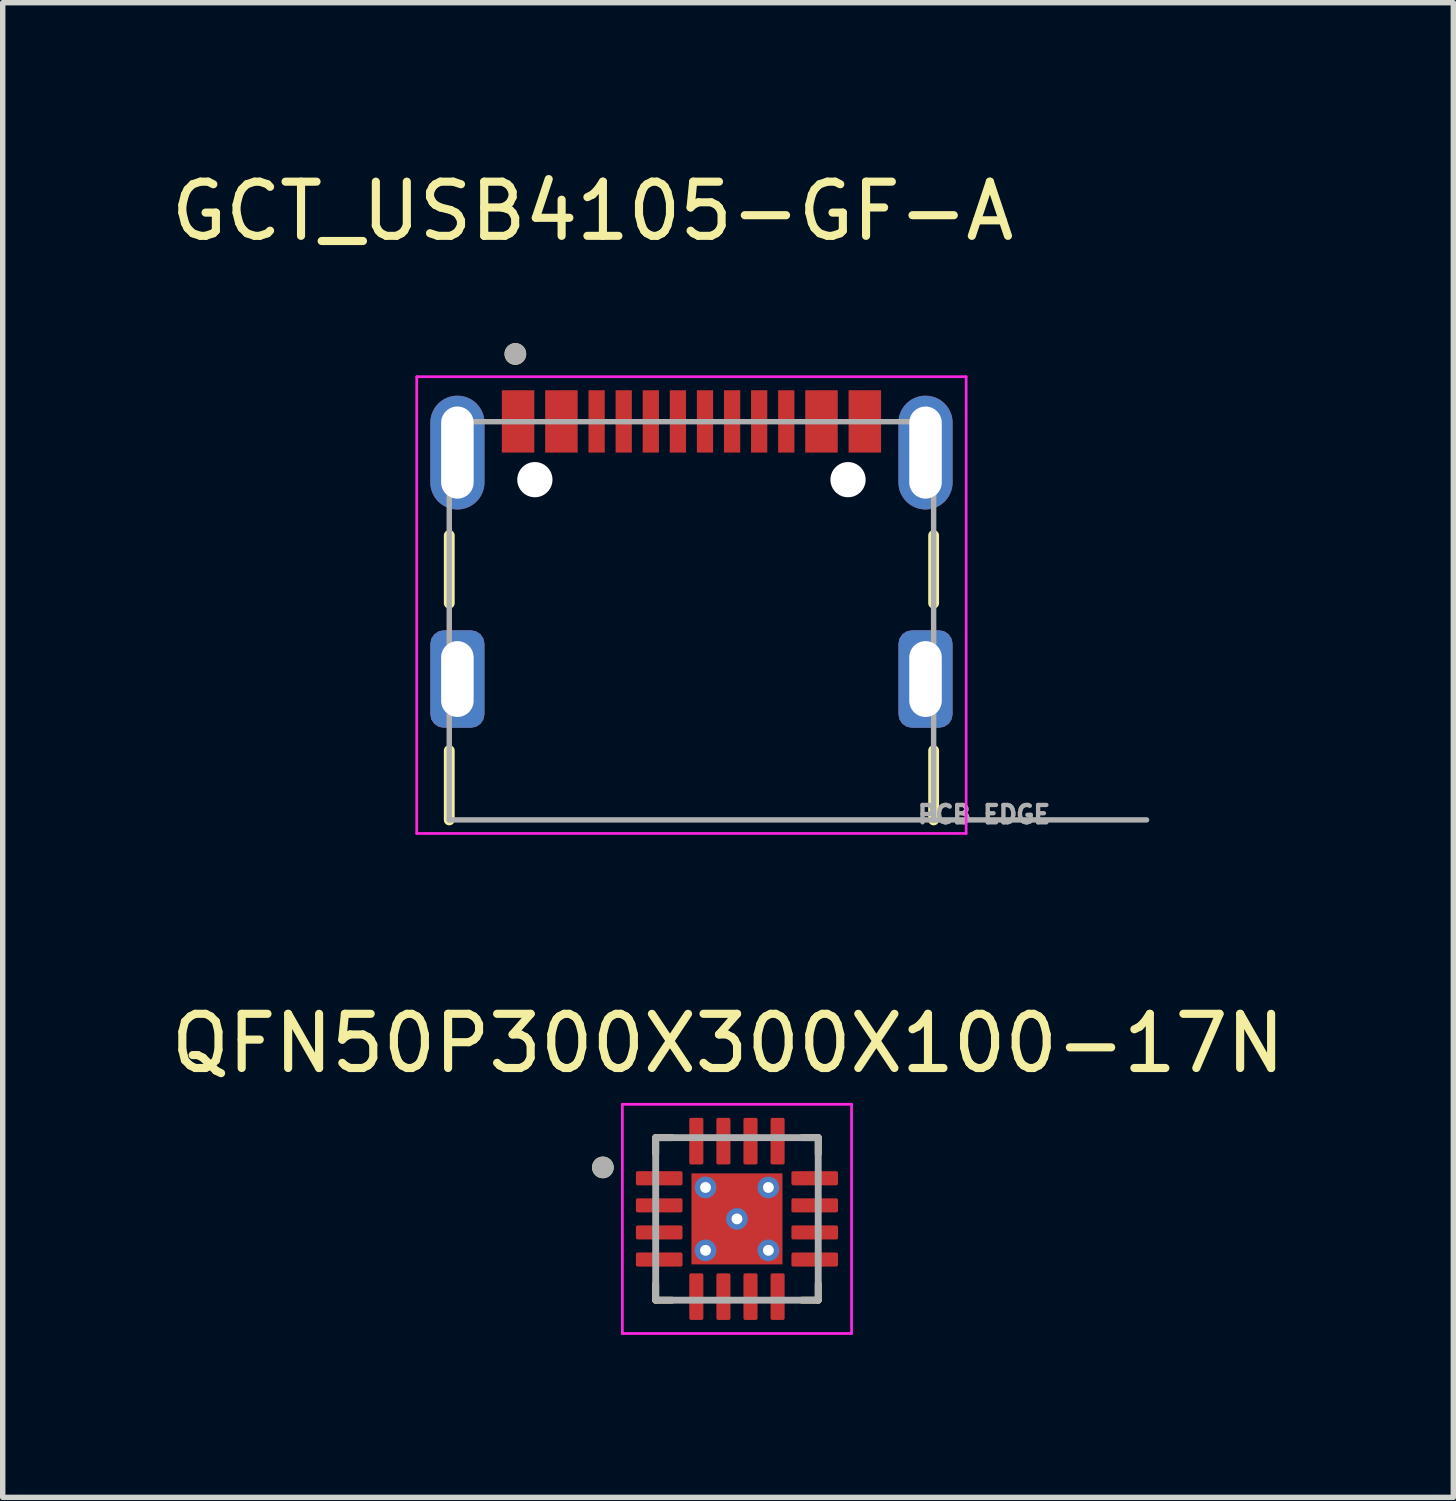
<source format=kicad_pcb>
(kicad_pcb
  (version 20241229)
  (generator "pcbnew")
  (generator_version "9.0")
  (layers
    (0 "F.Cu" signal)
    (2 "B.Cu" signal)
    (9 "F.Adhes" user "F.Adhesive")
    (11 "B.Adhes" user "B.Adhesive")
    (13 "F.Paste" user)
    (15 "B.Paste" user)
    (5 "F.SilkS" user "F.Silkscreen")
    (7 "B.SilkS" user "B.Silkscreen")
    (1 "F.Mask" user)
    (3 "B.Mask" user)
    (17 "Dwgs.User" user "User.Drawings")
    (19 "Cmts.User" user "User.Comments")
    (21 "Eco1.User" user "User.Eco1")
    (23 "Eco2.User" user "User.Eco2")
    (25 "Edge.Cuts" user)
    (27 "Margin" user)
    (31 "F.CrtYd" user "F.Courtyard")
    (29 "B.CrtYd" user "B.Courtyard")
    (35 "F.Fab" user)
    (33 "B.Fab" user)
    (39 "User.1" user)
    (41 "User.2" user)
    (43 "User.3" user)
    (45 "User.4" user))
  (footprint "QFN50P300X300X100-17N"
    (layer "F.Cu")
    (at 10.552 19.447)
    (property "Reference" "QFN50P300X300X100-17N" (at -0.165 -3.24 0) (layer "F.SilkS") (effects (font (size 1 1) (thickness 0.15))))
    (attr smd)
    (fp_line (start -1.5 -1.5) (end -1.5 -1.2) (stroke (width 0.127) (type solid)) (layer "F.SilkS"))
    (fp_line (start -1.5 -1.5) (end -1.2 -1.5) (stroke (width 0.127) (type solid)) (layer "F.SilkS"))
    (fp_line (start -1.5 1.5) (end -1.5 1.2) (stroke (width 0.127) (type solid)) (layer "F.SilkS"))
    (fp_line (start -1.5 1.5) (end -1.2 1.5) (stroke (width 0.127) (type solid)) (layer "F.SilkS"))
    (fp_line (start 1.5 -1.5) (end 1.2 -1.5) (stroke (width 0.127) (type solid)) (layer "F.SilkS"))
    (fp_line (start 1.5 -1.5) (end 1.5 -1.2) (stroke (width 0.127) (type solid)) (layer "F.SilkS"))
    (fp_line (start 1.5 1.5) (end 1.2 1.5) (stroke (width 0.127) (type solid)) (layer "F.SilkS"))
    (fp_line (start 1.5 1.5) (end 1.5 1.2) (stroke (width 0.127) (type solid)) (layer "F.SilkS"))
    (fp_circle (center -2.475 -0.95) (end -2.375 -0.95) (stroke (width 0.2) (type solid)) (fill no) (layer "F.SilkS"))
    (fp_poly (pts (xy -0.53 -0.53) (xy 0.53 -0.53) (xy 0.53 0.53) (xy -0.53 0.53)) (stroke (width 0.01) (type solid)) (fill yes) (layer "F.Paste"))
    (fp_line (start -2.115 -2.115) (end 2.115 -2.115) (stroke (width 0.05) (type solid)) (layer "F.CrtYd"))
    (fp_line (start -2.115 2.115) (end -2.115 -2.115) (stroke (width 0.05) (type solid)) (layer "F.CrtYd"))
    (fp_line (start -2.115 2.115) (end 2.115 2.115) (stroke (width 0.05) (type solid)) (layer "F.CrtYd"))
    (fp_line (start 2.115 2.115) (end 2.115 -2.115) (stroke (width 0.05) (type solid)) (layer "F.CrtYd"))
    (fp_line (start -1.5 1.5) (end -1.5 -1.5) (stroke (width 0.127) (type solid)) (layer "F.Fab"))
    (fp_line (start 1.5 -1.5) (end -1.5 -1.5) (stroke (width 0.127) (type solid)) (layer "F.Fab"))
    (fp_line (start 1.5 1.5) (end -1.5 1.5) (stroke (width 0.127) (type solid)) (layer "F.Fab"))
    (fp_line (start 1.5 1.5) (end 1.5 -1.5) (stroke (width 0.127) (type solid)) (layer "F.Fab"))
    (fp_circle (center -2.475 -0.95) (end -2.375 -0.95) (stroke (width 0.2) (type solid)) (fill no) (layer "F.Fab"))
    (pad "1" smd roundrect (at -1.435 -0.75) (size 0.86 0.26) (layers "F.Cu" "F.Mask" "F.Paste") (roundrect_rratio 0.125))
    (pad "2" smd roundrect (at -1.435 -0.25) (size 0.86 0.26) (layers "F.Cu" "F.Mask" "F.Paste") (roundrect_rratio 0.125))
    (pad "3" smd roundrect (at -1.435 0.25) (size 0.86 0.26) (layers "F.Cu" "F.Mask" "F.Paste") (roundrect_rratio 0.125))
    (pad "4" smd roundrect (at -1.435 0.75) (size 0.86 0.26) (layers "F.Cu" "F.Mask" "F.Paste") (roundrect_rratio 0.125))
    (pad "5" smd roundrect (at -0.75 1.435 90) (size 0.86 0.26) (layers "F.Cu" "F.Mask" "F.Paste") (roundrect_rratio 0.125))
    (pad "6" smd roundrect (at -0.25 1.435 90) (size 0.86 0.26) (layers "F.Cu" "F.Mask" "F.Paste") (roundrect_rratio 0.125))
    (pad "7" smd roundrect (at 0.25 1.435 90) (size 0.86 0.26) (layers "F.Cu" "F.Mask" "F.Paste") (roundrect_rratio 0.125))
    (pad "8" smd roundrect (at 0.75 1.435 90) (size 0.86 0.26) (layers "F.Cu" "F.Mask" "F.Paste") (roundrect_rratio 0.125))
    (pad "9" smd roundrect (at 1.435 0.75) (size 0.86 0.26) (layers "F.Cu" "F.Mask" "F.Paste") (roundrect_rratio 0.125))
    (pad "10" smd roundrect (at 1.435 0.25) (size 0.86 0.26) (layers "F.Cu" "F.Mask" "F.Paste") (roundrect_rratio 0.125))
    (pad "11" smd roundrect (at 1.435 -0.25) (size 0.86 0.26) (layers "F.Cu" "F.Mask" "F.Paste") (roundrect_rratio 0.125))
    (pad "12" smd roundrect (at 1.435 -0.75) (size 0.86 0.26) (layers "F.Cu" "F.Mask" "F.Paste") (roundrect_rratio 0.125))
    (pad "13" smd roundrect (at 0.75 -1.435 90) (size 0.86 0.26) (layers "F.Cu" "F.Mask" "F.Paste") (roundrect_rratio 0.125))
    (pad "14" smd roundrect (at 0.25 -1.435 90) (size 0.86 0.26) (layers "F.Cu" "F.Mask" "F.Paste") (roundrect_rratio 0.125))
    (pad "15" smd roundrect (at -0.25 -1.435 90) (size 0.86 0.26) (layers "F.Cu" "F.Mask" "F.Paste") (roundrect_rratio 0.125))
    (pad "16" smd roundrect (at -0.75 -1.435 90) (size 0.86 0.26) (layers "F.Cu" "F.Mask" "F.Paste") (roundrect_rratio 0.125))
    (pad "17" smd rect (at 0 0) (size 1.68 1.68) (layers "F.Cu" "F.Mask"))
    (pad "18" thru_hole circle (at 0 0) (size 0.4 0.4) (drill 0.2) (layers "*.Cu"))
    (pad "19" thru_hole circle (at -0.58 -0.58) (size 0.4 0.4) (drill 0.2) (layers "*.Cu"))
    (pad "20" thru_hole circle (at 0.58 -0.58) (size 0.4 0.4) (drill 0.2) (layers "*.Cu"))
    (pad "21" thru_hole circle (at -0.58 0.58) (size 0.4 0.4) (drill 0.2) (layers "*.Cu"))
    (pad "22" thru_hole circle (at 0.58 0.58) (size 0.4 0.4) (drill 0.2) (layers "*.Cu")))
  (footprint "GCT_USB4105-GF-A"
    (layer "F.Cu")
    (at 9.712 9.483)
    (property "Reference" "GCT_USB4105-GF-A" (at -1.825 -8.635 0) (layer "F.SilkS") (effects (font (size 1 1) (thickness 0.15))))
    (attr smd)
    (fp_line (start -4.47 -2.65) (end -4.47 -1.4) (stroke (width 0.2) (type solid)) (layer "F.SilkS"))
    (fp_line (start -4.47 1.32) (end -4.47 2.6) (stroke (width 0.2) (type solid)) (layer "F.SilkS"))
    (fp_line (start 4.47 -2.65) (end 4.47 -1.4) (stroke (width 0.2) (type solid)) (layer "F.SilkS"))
    (fp_line (start 4.47 2.6) (end 4.47 1.32) (stroke (width 0.2) (type solid)) (layer "F.SilkS"))
    (fp_circle (center -3.25 -6) (end -3.15 -6) (stroke (width 0.2) (type solid)) (fill no) (layer "F.SilkS"))
    (fp_line (start -5.07 -5.58) (end -5.07 2.85) (stroke (width 0.05) (type solid)) (layer "F.CrtYd"))
    (fp_line (start -5.07 2.85) (end 5.07 2.85) (stroke (width 0.05) (type solid)) (layer "F.CrtYd"))
    (fp_line (start 5.07 -5.58) (end -5.07 -5.58) (stroke (width 0.05) (type solid)) (layer "F.CrtYd"))
    (fp_line (start 5.07 2.85) (end 5.07 -5.58) (stroke (width 0.05) (type solid)) (layer "F.CrtYd"))
    (fp_line (start -4.47 -4.75) (end 4.47 -4.75) (stroke (width 0.1) (type solid)) (layer "F.Fab"))
    (fp_line (start -4.47 2.6) (end -4.47 -4.75) (stroke (width 0.1) (type solid)) (layer "F.Fab"))
    (fp_line (start 4.47 -4.75) (end 4.47 2.6) (stroke (width 0.1) (type solid)) (layer "F.Fab"))
    (fp_line (start 4.47 2.6) (end -4.47 2.6) (stroke (width 0.1) (type solid)) (layer "F.Fab"))
    (fp_line (start 4.47 2.6) (end 8.4 2.6) (stroke (width 0.1) (type solid)) (layer "F.Fab"))
    (fp_circle (center -3.25 -6) (end -3.15 -6) (stroke (width 0.2) (type solid)) (fill no) (layer "F.Fab"))
    (fp_text user "PCB EDGE" (at 5.4 2.5 0) (layer "F.Fab") (effects (font (size 0.32 0.32) (thickness 0.15))))
    (pad "" np_thru_hole circle (at -2.89 -3.68) (size 0.65 0.65) (drill 0.65) (layers "*.Cu" "*.Mask"))
    (pad "" np_thru_hole circle (at 2.89 -3.68) (size 0.65 0.65) (drill 0.65) (layers "*.Cu" "*.Mask"))
    (pad "A1-B12" smd rect (at -3.2 -4.755) (size 0.6 1.15) (layers "F.Cu" "F.Mask" "F.Paste"))
    (pad "A4-B9" smd rect (at -2.4 -4.755) (size 0.6 1.15) (layers "F.Cu" "F.Mask" "F.Paste"))
    (pad "A5" smd rect (at -1.25 -4.755) (size 0.3 1.15) (layers "F.Cu" "F.Mask" "F.Paste"))
    (pad "A6" smd rect (at -0.25 -4.755) (size 0.3 1.15) (layers "F.Cu" "F.Mask" "F.Paste"))
    (pad "A7" smd rect (at 0.25 -4.755) (size 0.3 1.15) (layers "F.Cu" "F.Mask" "F.Paste"))
    (pad "A8" smd rect (at 1.25 -4.755) (size 0.3 1.15) (layers "F.Cu" "F.Mask" "F.Paste"))
    (pad "B1-A12" smd rect (at 3.2 -4.755) (size 0.6 1.15) (layers "F.Cu" "F.Mask" "F.Paste"))
    (pad "B4-A9" smd rect (at 2.4 -4.755) (size 0.6 1.15) (layers "F.Cu" "F.Mask" "F.Paste"))
    (pad "B5" smd rect (at 1.75 -4.755) (size 0.3 1.15) (layers "F.Cu" "F.Mask" "F.Paste"))
    (pad "B6" smd rect (at 0.75 -4.755) (size 0.3 1.15) (layers "F.Cu" "F.Mask" "F.Paste"))
    (pad "B7" smd rect (at -0.75 -4.755) (size 0.3 1.15) (layers "F.Cu" "F.Mask" "F.Paste"))
    (pad "B8" smd rect (at -1.75 -4.755) (size 0.3 1.15) (layers "F.Cu" "F.Mask" "F.Paste"))
    (pad "SH1" thru_hole oval (at -4.32 -4.18) (size 1 2.1) (drill oval 0.6 1.7) (layers "*.Cu" "*.Mask"))
    (pad "SH2" thru_hole oval (at 4.32 -4.18) (size 1 2.1) (drill oval 0.6 1.7) (layers "*.Cu" "*.Mask"))
    (pad "SH3" thru_hole roundrect (at -4.32 0) (size 1 1.8) (drill oval 0.6 1.4) (layers "*.Cu" "*.Mask") (roundrect_rratio 0.25))
    (pad "SH4" thru_hole roundrect (at 4.32 0) (size 1 1.8) (drill oval 0.6 1.4) (layers "*.Cu" "*.Mask") (roundrect_rratio 0.25)))
  (gr_rect
    (start -3 -3)
    (end 23.774 24.587)
    (stroke (width 0.1) (type default))
    (fill no)
    (layer "Edge.Cuts")))
</source>
